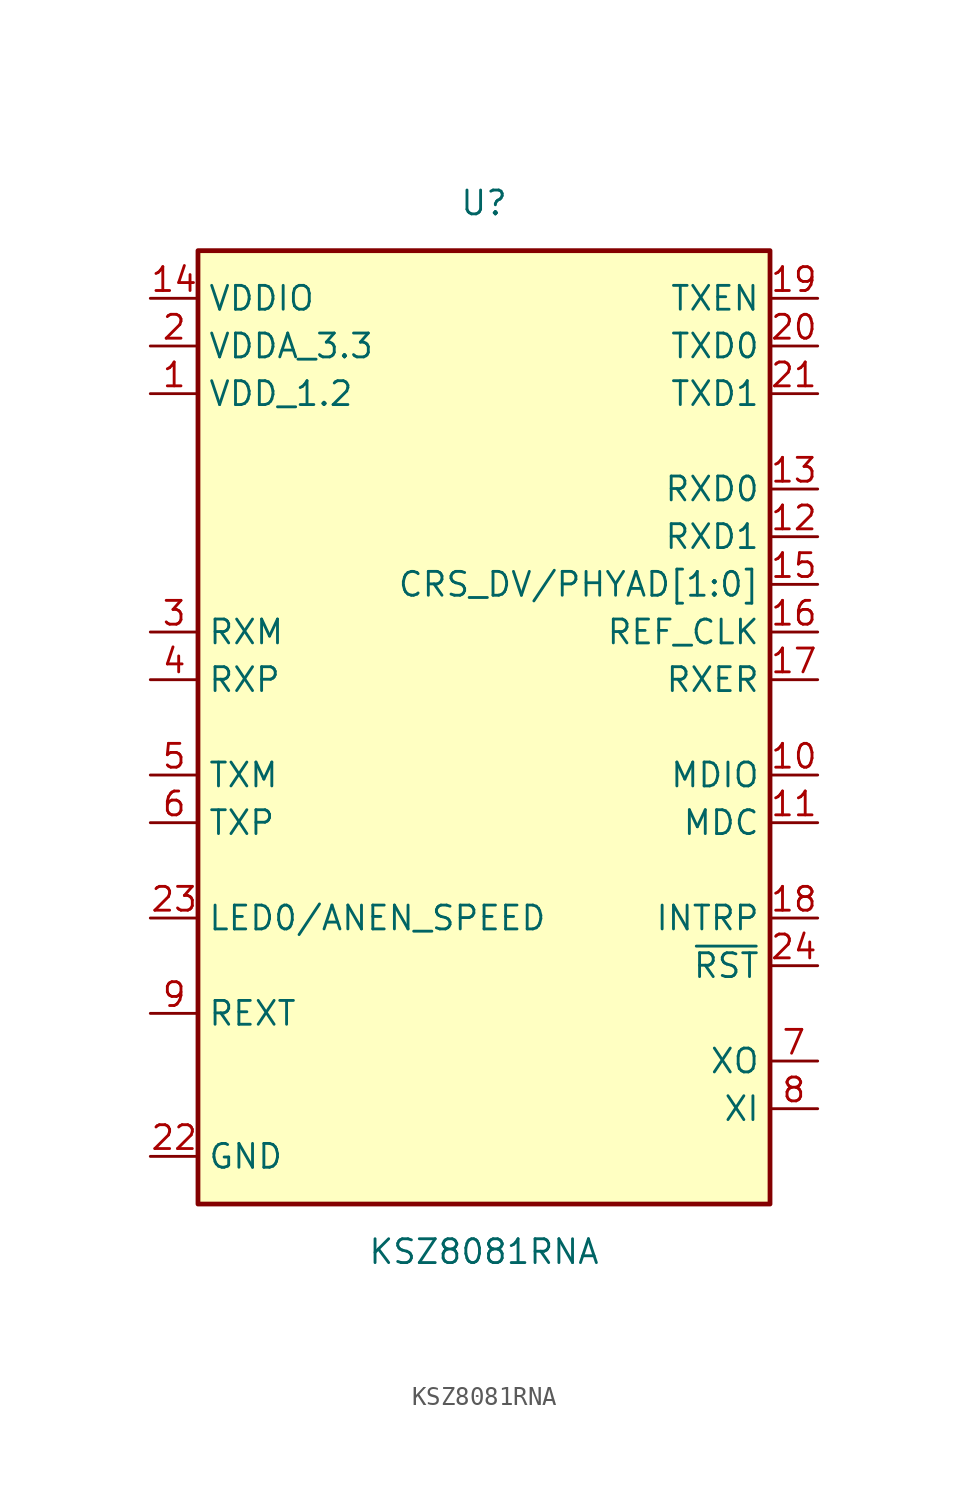
<source format=kicad_sym>
(kicad_symbol_lib
  (version 20220914)
  (generator kicad_symbol_editor)
  (symbol "KSZ8081RNA"
    (property "Reference" "U"
      (at 0 27.94 0)
      (effects (font (size 1.27 1.27))))
    (property "Value" "KSZ8081RNA"
      (at 0 -27.94 0)
      (effects (font (size 1.27 1.27))))
    (symbol "KSZ8081RNA_0_1"
      (rectangle (start -15.24 25.4) (end 15.24 -25.4) (stroke (width 0.254) (type default)) (fill (type background))))
    (symbol "KSZ8081RNA_1_1"
      (pin power_out line (at -17.78 17.78 0) (length 2.54) (name "VDD_1.2" (effects (font (size 1.27 1.27)))) (number "1" (effects (font (size 1.27 1.27)))))
      (pin bidirectional line (at 17.78 -2.54 180) (length 2.54) (name "MDIO" (effects (font (size 1.27 1.27)))) (number "10" (effects (font (size 1.27 1.27)))))
      (pin input line (at 17.78 -5.08 180) (length 2.54) (name "MDC" (effects (font (size 1.27 1.27)))) (number "11" (effects (font (size 1.27 1.27)))))
      (pin output line (at 17.78 10.16 180) (length 2.54) (name "RXD1" (effects (font (size 1.27 1.27)))) (number "12" (effects (font (size 1.27 1.27)))))
      (pin output line (at 17.78 12.7 180) (length 2.54) (name "RXD0" (effects (font (size 1.27 1.27)))) (number "13" (effects (font (size 1.27 1.27)))))
      (pin power_in line (at -17.78 22.86 0) (length 2.54) (name "VDDIO" (effects (font (size 1.27 1.27)))) (number "14" (effects (font (size 1.27 1.27)))))
      (pin output line (at 17.78 7.62 180) (length 2.54) (name "CRS_DV/PHYAD[1:0]" (effects (font (size 1.27 1.27)))) (number "15" (effects (font (size 1.27 1.27)))))
      (pin output line (at 17.78 5.08 180) (length 2.54) (name "REF_CLK" (effects (font (size 1.27 1.27)))) (number "16" (effects (font (size 1.27 1.27)))))
      (pin output line (at 17.78 2.54 180) (length 2.54) (name "RXER" (effects (font (size 1.27 1.27)))) (number "17" (effects (font (size 1.27 1.27)))))
      (pin bidirectional line (at 17.78 -10.16 180) (length 2.54) (name "INTRP" (effects (font (size 1.27 1.27)))) (number "18" (effects (font (size 1.27 1.27)))))
      (pin input line (at 17.78 22.86 180) (length 2.54) (name "TXEN" (effects (font (size 1.27 1.27)))) (number "19" (effects (font (size 1.27 1.27)))))
      (pin power_in line (at -17.78 20.32 0) (length 2.54) (name "VDDA_3.3" (effects (font (size 1.27 1.27)))) (number "2" (effects (font (size 1.27 1.27)))))
      (pin input line (at 17.78 20.32 180) (length 2.54) (name "TXD0" (effects (font (size 1.27 1.27)))) (number "20" (effects (font (size 1.27 1.27)))))
      (pin bidirectional line (at 17.78 17.78 180) (length 2.54) (name "TXD1" (effects (font (size 1.27 1.27)))) (number "21" (effects (font (size 1.27 1.27)))))
      (pin power_in line (at -17.78 -22.86 0) (length 2.54) (name "GND" (effects (font (size 1.27 1.27)))) (number "22" (effects (font (size 1.27 1.27)))))
      (pin output line (at -17.78 -10.16 0) (length 2.54) (name "LED0/ANEN_SPEED" (effects (font (size 1.27 1.27)))) (number "23" (effects (font (size 1.27 1.27)))))
      (pin input line (at 17.78 -12.7 180) (length 2.54) (name "~{RST}" (effects (font (size 1.27 1.27)))) (number "24" (effects (font (size 1.27 1.27)))))
      (pin passive line (at -17.78 -22.86 0) (length 2.54) hide (name "GND" (effects (font (size 1.27 1.27)))) (number "25" (effects (font (size 1.27 1.27)))))
      (pin bidirectional line (at -17.78 5.08 0) (length 2.54) (name "RXM" (effects (font (size 1.27 1.27)))) (number "3" (effects (font (size 1.27 1.27)))))
      (pin bidirectional line (at -17.78 2.54 0) (length 2.54) (name "RXP" (effects (font (size 1.27 1.27)))) (number "4" (effects (font (size 1.27 1.27)))))
      (pin bidirectional line (at -17.78 -2.54 0) (length 2.54) (name "TXM" (effects (font (size 1.27 1.27)))) (number "5" (effects (font (size 1.27 1.27)))))
      (pin bidirectional line (at -17.78 -5.08 0) (length 2.54) (name "TXP" (effects (font (size 1.27 1.27)))) (number "6" (effects (font (size 1.27 1.27)))))
      (pin output line (at 17.78 -17.78 180) (length 2.54) (name "XO" (effects (font (size 1.27 1.27)))) (number "7" (effects (font (size 1.27 1.27)))))
      (pin input line (at 17.78 -20.32 180) (length 2.54) (name "XI" (effects (font (size 1.27 1.27)))) (number "8" (effects (font (size 1.27 1.27)))))
      (pin passive line (at -17.78 -15.24 0) (length 2.54) (name "REXT" (effects (font (size 1.27 1.27)))) (number "9" (effects (font (size 1.27 1.27))))))))
</source>
